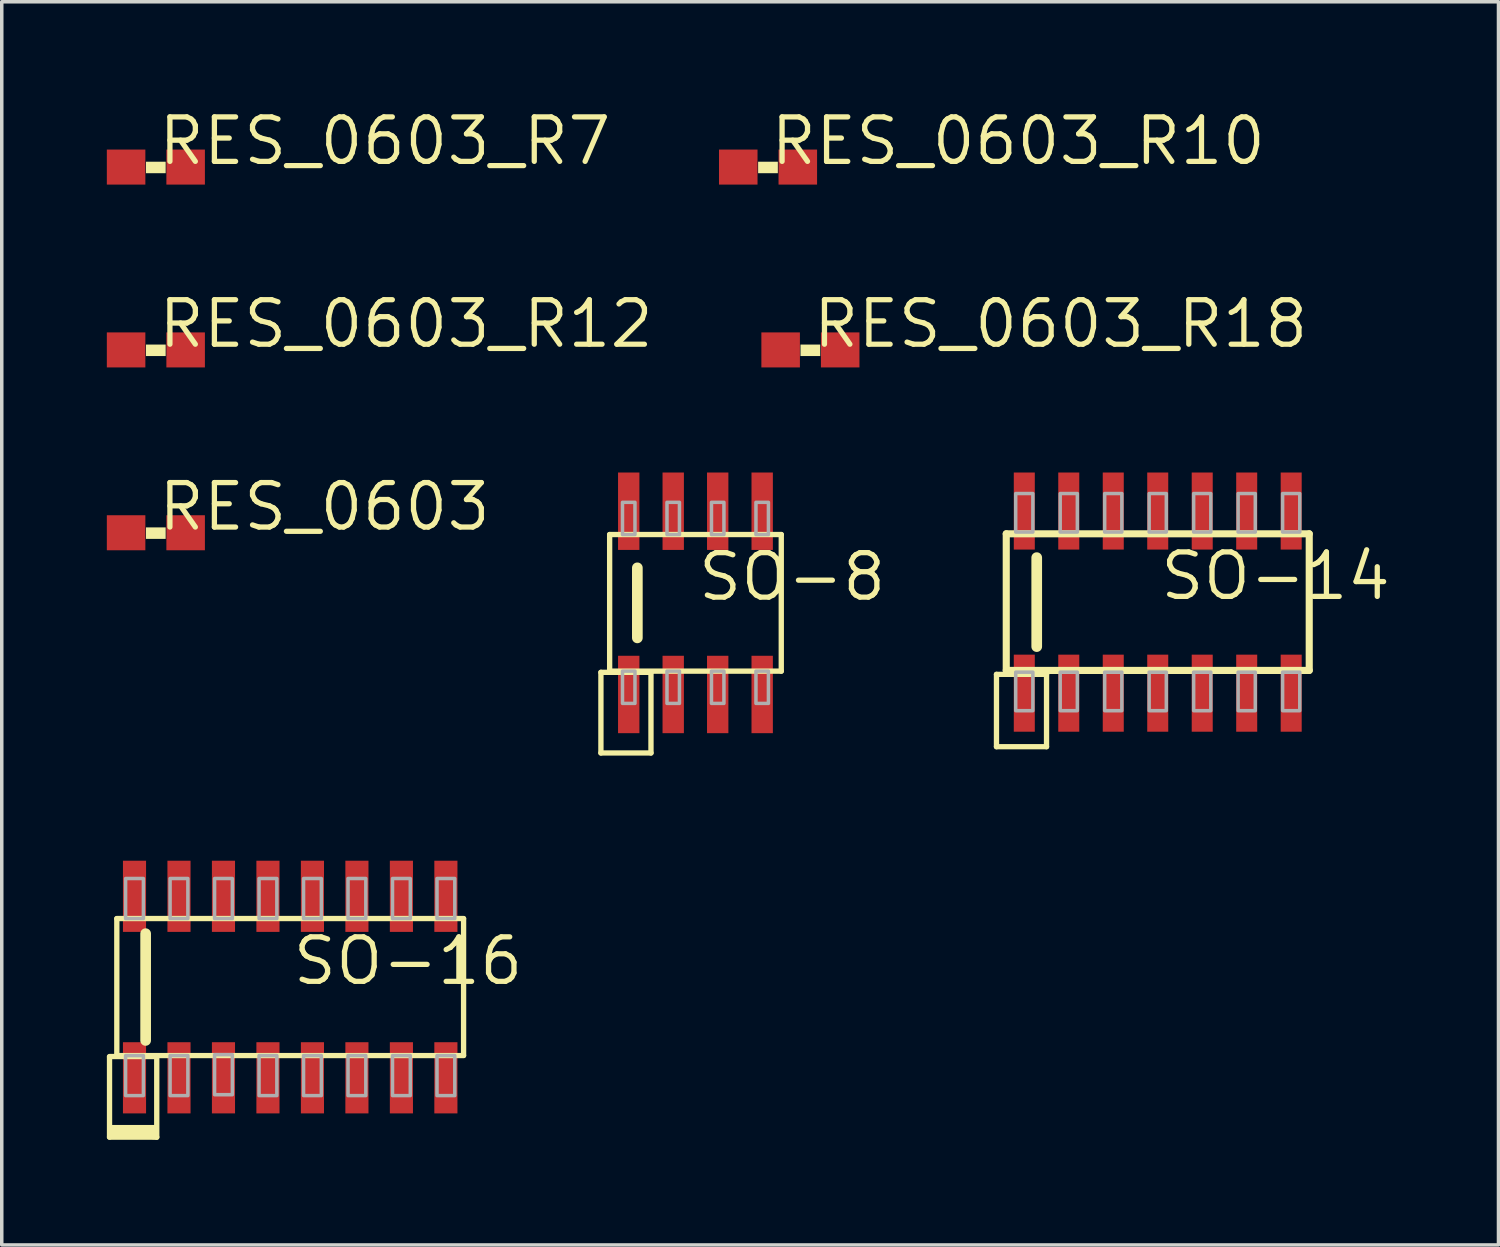
<source format=kicad_pcb>
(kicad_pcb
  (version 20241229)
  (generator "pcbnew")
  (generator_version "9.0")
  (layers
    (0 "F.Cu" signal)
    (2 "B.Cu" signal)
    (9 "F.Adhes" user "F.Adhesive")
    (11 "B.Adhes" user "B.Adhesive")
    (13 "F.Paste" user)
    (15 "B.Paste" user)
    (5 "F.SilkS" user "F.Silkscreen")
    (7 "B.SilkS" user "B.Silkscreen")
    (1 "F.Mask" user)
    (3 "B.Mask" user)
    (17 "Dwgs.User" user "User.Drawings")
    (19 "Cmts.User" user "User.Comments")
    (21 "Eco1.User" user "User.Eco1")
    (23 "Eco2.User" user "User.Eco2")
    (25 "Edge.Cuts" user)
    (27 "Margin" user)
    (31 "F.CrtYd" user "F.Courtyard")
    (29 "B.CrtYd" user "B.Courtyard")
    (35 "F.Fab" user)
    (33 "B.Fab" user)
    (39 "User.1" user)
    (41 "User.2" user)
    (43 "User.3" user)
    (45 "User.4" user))
  (footprint "RES_0603_R10"
    (layer "F.Cu")
    (at 18.877 1.72)
    (property "Reference" "RES_0603_R10" (at 0 0 0) (layer "F.SilkS") (effects (font (size 1.27 1.27) (thickness 0.15)) (justify left bottom)))
    (fp_poly (pts (xy -0.283 -0.153) (xy 0.28 -0.153) (xy 0.28 0.175) (xy -0.283 0.175)) (stroke (width 0) (type default)) (fill yes) (layer "F.SilkS"))
    (pad "1" smd rect (at -0.85 0 90) (size 1 1.1) (layers "F.Cu" "F.Mask" "F.Paste"))
    (pad "2" smd rect (at 0.85 0 90) (size 1 1.1) (layers "F.Cu" "F.Mask" "F.Paste")))
  (footprint "SO-16"
    (layer "F.Cu")
    (at 5.235 25.13)
    (property "Reference" "SO-16" (at 0 0 0) (layer "F.SilkS") (effects (font (size 1.27 1.27) (thickness 0.15)) (justify left bottom)))
    (fp_line (start -5.159 1.984) (end -3.89 1.984) (stroke (width 0.152) (type solid)) (layer "F.SilkS"))
    (fp_line (start -5.158 2) (end -5.158 4.284) (stroke (width 0.152) (type solid)) (layer "F.SilkS"))
    (fp_line (start -5.158 4.284) (end -3.81 4.286) (stroke (width 0.152) (type solid)) (layer "F.SilkS"))
    (fp_line (start -4.95 -1.95) (end -4.95 1.95) (stroke (width 0.152) (type solid)) (layer "F.SilkS"))
    (fp_line (start -4.95 1.956) (end 4.95 1.956) (stroke (width 0.152) (type solid)) (layer "F.SilkS"))
    (fp_line (start -4.127 -1.524) (end -4.127 1.524) (stroke (width 0.305) (type solid)) (layer "F.SilkS"))
    (fp_line (start -3.81 4.286) (end -3.81 1.984) (stroke (width 0.152) (type solid)) (layer "F.SilkS"))
    (fp_line (start 4.95 -1.956) (end -4.95 -1.956) (stroke (width 0.152) (type solid)) (layer "F.SilkS"))
    (fp_line (start 4.95 1.95) (end 4.95 -1.95) (stroke (width 0.152) (type solid)) (layer "F.SilkS"))
    (fp_poly (pts (xy -5.207 4.318) (xy -3.81 4.318) (xy -3.81 3.937) (xy -5.207 3.937)) (stroke (width 0) (type default)) (fill yes) (layer "F.SilkS"))
    (fp_poly (pts (xy -4.699 -1.956) (xy -4.191 -1.956) (xy -4.191 -3.099) (xy -4.699 -3.099)) (stroke (width 0.1) (type default)) (fill no) (layer "F.Fab"))
    (fp_poly (pts (xy -4.699 3.099) (xy -4.191 3.099) (xy -4.191 1.956) (xy -4.699 1.956)) (stroke (width 0.1) (type default)) (fill no) (layer "F.Fab"))
    (fp_poly (pts (xy -3.429 -1.956) (xy -2.921 -1.956) (xy -2.921 -3.099) (xy -3.429 -3.099)) (stroke (width 0.1) (type default)) (fill no) (layer "F.Fab"))
    (fp_poly (pts (xy -3.429 3.099) (xy -2.921 3.099) (xy -2.921 1.956) (xy -3.429 1.956)) (stroke (width 0.1) (type default)) (fill no) (layer "F.Fab"))
    (fp_poly (pts (xy -2.159 -1.956) (xy -1.651 -1.956) (xy -1.651 -3.099) (xy -2.159 -3.099)) (stroke (width 0.1) (type default)) (fill no) (layer "F.Fab"))
    (fp_poly (pts (xy -2.159 3.073) (xy -1.651 3.073) (xy -1.651 1.93) (xy -2.159 1.93)) (stroke (width 0.1) (type default)) (fill no) (layer "F.Fab"))
    (fp_poly (pts (xy -0.889 -1.956) (xy -0.381 -1.956) (xy -0.381 -3.099) (xy -0.889 -3.099)) (stroke (width 0.1) (type default)) (fill no) (layer "F.Fab"))
    (fp_poly (pts (xy -0.889 3.099) (xy -0.381 3.099) (xy -0.381 1.956) (xy -0.889 1.956)) (stroke (width 0.1) (type default)) (fill no) (layer "F.Fab"))
    (fp_poly (pts (xy 0.381 -1.956) (xy 0.889 -1.956) (xy 0.889 -3.099) (xy 0.381 -3.099)) (stroke (width 0.1) (type default)) (fill no) (layer "F.Fab"))
    (fp_poly (pts (xy 0.381 3.099) (xy 0.889 3.099) (xy 0.889 1.956) (xy 0.381 1.956)) (stroke (width 0.1) (type default)) (fill no) (layer "F.Fab"))
    (fp_poly (pts (xy 1.651 -1.956) (xy 2.159 -1.956) (xy 2.159 -3.099) (xy 1.651 -3.099)) (stroke (width 0.1) (type default)) (fill no) (layer "F.Fab"))
    (fp_poly (pts (xy 1.651 3.099) (xy 2.159 3.099) (xy 2.159 1.956) (xy 1.651 1.956)) (stroke (width 0.1) (type default)) (fill no) (layer "F.Fab"))
    (fp_poly (pts (xy 2.921 -1.956) (xy 3.429 -1.956) (xy 3.429 -3.099) (xy 2.921 -3.099)) (stroke (width 0.1) (type default)) (fill no) (layer "F.Fab"))
    (fp_poly (pts (xy 2.921 3.099) (xy 3.429 3.099) (xy 3.429 1.956) (xy 2.921 1.956)) (stroke (width 0.1) (type default)) (fill no) (layer "F.Fab"))
    (fp_poly (pts (xy 4.191 -1.956) (xy 4.699 -1.956) (xy 4.699 -3.099) (xy 4.191 -3.099)) (stroke (width 0.1) (type default)) (fill no) (layer "F.Fab"))
    (fp_poly (pts (xy 4.191 3.099) (xy 4.699 3.099) (xy 4.699 1.956) (xy 4.191 1.956)) (stroke (width 0.1) (type default)) (fill no) (layer "F.Fab"))
    (pad "1" smd rect (at -4.445 2.591) (size 0.66 2.032) (layers "F.Cu" "F.Mask" "F.Paste"))
    (pad "2" smd rect (at -3.175 2.591) (size 0.66 2.032) (layers "F.Cu" "F.Mask" "F.Paste"))
    (pad "3" smd rect (at -1.905 2.591) (size 0.66 2.032) (layers "F.Cu" "F.Mask" "F.Paste"))
    (pad "4" smd rect (at -0.635 2.591) (size 0.66 2.032) (layers "F.Cu" "F.Mask" "F.Paste"))
    (pad "5" smd rect (at 0.635 2.591) (size 0.66 2.032) (layers "F.Cu" "F.Mask" "F.Paste"))
    (pad "6" smd rect (at 1.905 2.591) (size 0.66 2.032) (layers "F.Cu" "F.Mask" "F.Paste"))
    (pad "7" smd rect (at 3.175 2.591) (size 0.66 2.032) (layers "F.Cu" "F.Mask" "F.Paste"))
    (pad "8" smd rect (at 4.445 2.591) (size 0.66 2.032) (layers "F.Cu" "F.Mask" "F.Paste"))
    (pad "9" smd rect (at 4.445 -2.591) (size 0.66 2.032) (layers "F.Cu" "F.Mask" "F.Paste"))
    (pad "10" smd rect (at 3.175 -2.591) (size 0.66 2.032) (layers "F.Cu" "F.Mask" "F.Paste"))
    (pad "11" smd rect (at 1.905 -2.591) (size 0.66 2.032) (layers "F.Cu" "F.Mask" "F.Paste"))
    (pad "12" smd rect (at 0.635 -2.591) (size 0.66 2.032) (layers "F.Cu" "F.Mask" "F.Paste"))
    (pad "13" smd rect (at -0.635 -2.591) (size 0.66 2.032) (layers "F.Cu" "F.Mask" "F.Paste"))
    (pad "14" smd rect (at -1.905 -2.591) (size 0.66 2.032) (layers "F.Cu" "F.Mask" "F.Paste"))
    (pad "15" smd rect (at -3.175 -2.591) (size 0.66 2.032) (layers "F.Cu" "F.Mask" "F.Paste"))
    (pad "16" smd rect (at -4.445 -2.591) (size 0.66 2.032) (layers "F.Cu" "F.Mask" "F.Paste")))
  (footprint "RES_0603_R7"
    (layer "F.Cu")
    (at 1.4 1.72)
    (property "Reference" "RES_0603_R7" (at 0 0 0) (layer "F.SilkS") (effects (font (size 1.27 1.27) (thickness 0.15)) (justify left bottom)))
    (fp_poly (pts (xy -0.283 -0.153) (xy 0.28 -0.153) (xy 0.28 0.175) (xy -0.283 0.175)) (stroke (width 0) (type default)) (fill yes) (layer "F.SilkS"))
    (pad "1" smd rect (at -0.85 0 90) (size 1 1.1) (layers "F.Cu" "F.Mask" "F.Paste"))
    (pad "2" smd rect (at 0.85 0 90) (size 1 1.1) (layers "F.Cu" "F.Mask" "F.Paste")))
  (footprint "SO-14"
    (layer "F.Cu")
    (at 30.003 14.14)
    (property "Reference" "SO-14" (at 0 0 0) (layer "F.SilkS") (effects (font (size 1.27 1.27) (thickness 0.15)) (justify left bottom)))
    (fp_line (start -4.604 2.063) (end -4.604 4.128) (stroke (width 0.152) (type solid)) (layer "F.SilkS"))
    (fp_line (start -4.604 2.063) (end -3.175 2.063) (stroke (width 0.152) (type solid)) (layer "F.SilkS"))
    (fp_line (start -4.604 4.128) (end -3.175 4.128) (stroke (width 0.152) (type solid)) (layer "F.SilkS"))
    (fp_line (start -4.325 -1.95) (end 4.325 -1.95) (stroke (width 0.203) (type solid)) (layer "F.SilkS"))
    (fp_line (start -4.325 1.95) (end -4.325 -1.95) (stroke (width 0.203) (type solid)) (layer "F.SilkS"))
    (fp_line (start -3.455 -1.27) (end -3.455 1.27) (stroke (width 0.305) (type solid)) (layer "F.SilkS"))
    (fp_line (start -3.175 4.128) (end -3.175 2.063) (stroke (width 0.152) (type solid)) (layer "F.SilkS"))
    (fp_line (start 4.325 -1.95) (end 4.325 1.95) (stroke (width 0.203) (type solid)) (layer "F.SilkS"))
    (fp_line (start 4.325 1.95) (end -4.325 1.95) (stroke (width 0.203) (type solid)) (layer "F.SilkS"))
    (fp_poly (pts (xy -4.055 -2) (xy -3.565 -2) (xy -3.565 -3.1) (xy -4.055 -3.1)) (stroke (width 0.1) (type default)) (fill no) (layer "F.Fab"))
    (fp_poly (pts (xy -4.055 3.1) (xy -3.565 3.1) (xy -3.565 2) (xy -4.055 2)) (stroke (width 0.1) (type default)) (fill no) (layer "F.Fab"))
    (fp_poly (pts (xy -2.785 -2) (xy -2.295 -2) (xy -2.295 -3.1) (xy -2.785 -3.1)) (stroke (width 0.1) (type default)) (fill no) (layer "F.Fab"))
    (fp_poly (pts (xy -2.785 3.1) (xy -2.295 3.1) (xy -2.295 2) (xy -2.785 2)) (stroke (width 0.1) (type default)) (fill no) (layer "F.Fab"))
    (fp_poly (pts (xy -1.515 -2) (xy -1.025 -2) (xy -1.025 -3.1) (xy -1.515 -3.1)) (stroke (width 0.1) (type default)) (fill no) (layer "F.Fab"))
    (fp_poly (pts (xy -1.515 3.1) (xy -1.025 3.1) (xy -1.025 2) (xy -1.515 2)) (stroke (width 0.1) (type default)) (fill no) (layer "F.Fab"))
    (fp_poly (pts (xy -0.245 -2) (xy 0.245 -2) (xy 0.245 -3.1) (xy -0.245 -3.1)) (stroke (width 0.1) (type default)) (fill no) (layer "F.Fab"))
    (fp_poly (pts (xy -0.245 3.1) (xy 0.245 3.1) (xy 0.245 2) (xy -0.245 2)) (stroke (width 0.1) (type default)) (fill no) (layer "F.Fab"))
    (fp_poly (pts (xy 1.025 -2) (xy 1.515 -2) (xy 1.515 -3.1) (xy 1.025 -3.1)) (stroke (width 0.1) (type default)) (fill no) (layer "F.Fab"))
    (fp_poly (pts (xy 1.025 3.1) (xy 1.515 3.1) (xy 1.515 2) (xy 1.025 2)) (stroke (width 0.1) (type default)) (fill no) (layer "F.Fab"))
    (fp_poly (pts (xy 2.295 -2) (xy 2.785 -2) (xy 2.785 -3.1) (xy 2.295 -3.1)) (stroke (width 0.1) (type default)) (fill no) (layer "F.Fab"))
    (fp_poly (pts (xy 2.295 3.1) (xy 2.785 3.1) (xy 2.785 2) (xy 2.295 2)) (stroke (width 0.1) (type default)) (fill no) (layer "F.Fab"))
    (fp_poly (pts (xy 3.565 -2) (xy 4.055 -2) (xy 4.055 -3.1) (xy 3.565 -3.1)) (stroke (width 0.1) (type default)) (fill no) (layer "F.Fab"))
    (fp_poly (pts (xy 3.565 3.1) (xy 4.055 3.1) (xy 4.055 2) (xy 3.565 2)) (stroke (width 0.1) (type default)) (fill no) (layer "F.Fab"))
    (pad "1" smd rect (at -3.81 2.6) (size 0.6 2.2) (layers "F.Cu" "F.Mask" "F.Paste"))
    (pad "2" smd rect (at -2.54 2.6) (size 0.6 2.2) (layers "F.Cu" "F.Mask" "F.Paste"))
    (pad "3" smd rect (at -1.27 2.6) (size 0.6 2.2) (layers "F.Cu" "F.Mask" "F.Paste"))
    (pad "4" smd rect (at 0 2.6) (size 0.6 2.2) (layers "F.Cu" "F.Mask" "F.Paste"))
    (pad "5" smd rect (at 1.27 2.6) (size 0.6 2.2) (layers "F.Cu" "F.Mask" "F.Paste"))
    (pad "6" smd rect (at 2.54 2.6) (size 0.6 2.2) (layers "F.Cu" "F.Mask" "F.Paste"))
    (pad "7" smd rect (at 3.81 2.6) (size 0.6 2.2) (layers "F.Cu" "F.Mask" "F.Paste"))
    (pad "8" smd rect (at 3.81 -2.6) (size 0.6 2.2) (layers "F.Cu" "F.Mask" "F.Paste"))
    (pad "9" smd rect (at 2.54 -2.6) (size 0.6 2.2) (layers "F.Cu" "F.Mask" "F.Paste"))
    (pad "10" smd rect (at 1.27 -2.6) (size 0.6 2.2) (layers "F.Cu" "F.Mask" "F.Paste"))
    (pad "11" smd rect (at 0 -2.6) (size 0.6 2.2) (layers "F.Cu" "F.Mask" "F.Paste"))
    (pad "12" smd rect (at -1.27 -2.6) (size 0.6 2.2) (layers "F.Cu" "F.Mask" "F.Paste"))
    (pad "13" smd rect (at -2.54 -2.6) (size 0.6 2.2) (layers "F.Cu" "F.Mask" "F.Paste"))
    (pad "14" smd rect (at -3.81 -2.6) (size 0.6 2.2) (layers "F.Cu" "F.Mask" "F.Paste")))
  (footprint "RES_0603_R18"
    (layer "F.Cu")
    (at 20.087 6.94)
    (property "Reference" "RES_0603_R18" (at 0 0 0) (layer "F.SilkS") (effects (font (size 1.27 1.27) (thickness 0.15)) (justify left bottom)))
    (fp_poly (pts (xy -0.283 -0.153) (xy 0.28 -0.153) (xy 0.28 0.175) (xy -0.283 0.175)) (stroke (width 0) (type default)) (fill yes) (layer "F.SilkS"))
    (pad "1" smd rect (at -0.85 0 90) (size 1 1.1) (layers "F.Cu" "F.Mask" "F.Paste"))
    (pad "2" smd rect (at 0.85 0 90) (size 1 1.1) (layers "F.Cu" "F.Mask" "F.Paste")))
  (footprint "SO-8"
    (layer "F.Cu")
    (at 16.805 14.161)
    (property "Reference" "SO-8" (at 0 0 0) (layer "F.SilkS") (effects (font (size 1.27 1.27) (thickness 0.15)) (justify left bottom)))
    (fp_line (start -2.699 1.984) (end -2.699 4.286) (stroke (width 0.152) (type solid)) (layer "F.SilkS"))
    (fp_line (start -2.699 1.984) (end -1.27 1.984) (stroke (width 0.152) (type solid)) (layer "F.SilkS"))
    (fp_line (start -2.699 4.286) (end -1.27 4.286) (stroke (width 0.152) (type solid)) (layer "F.SilkS"))
    (fp_line (start -2.45 -1.95) (end -2.45 1.95) (stroke (width 0.152) (type solid)) (layer "F.SilkS"))
    (fp_line (start -2.45 1.95) (end 2.45 1.95) (stroke (width 0.152) (type solid)) (layer "F.SilkS"))
    (fp_line (start -1.659 -1) (end -1.659 1) (stroke (width 0.305) (type solid)) (layer "F.SilkS"))
    (fp_line (start -1.27 4.286) (end -1.27 1.984) (stroke (width 0.152) (type solid)) (layer "F.SilkS"))
    (fp_line (start 2.45 -1.95) (end -2.45 -1.95) (stroke (width 0.152) (type solid)) (layer "F.SilkS"))
    (fp_line (start 2.45 1.95) (end 2.45 -1.95) (stroke (width 0.152) (type solid)) (layer "F.SilkS"))
    (fp_poly (pts (xy -2.083 -1.95) (xy -1.727 -1.95) (xy -1.727 -2.87) (xy -2.083 -2.87)) (stroke (width 0.1) (type default)) (fill no) (layer "F.Fab"))
    (fp_poly (pts (xy -2.083 2.871) (xy -1.727 2.871) (xy -1.727 1.95) (xy -2.083 1.95)) (stroke (width 0.1) (type default)) (fill no) (layer "F.Fab"))
    (fp_poly (pts (xy -0.813 -1.95) (xy -0.457 -1.95) (xy -0.457 -2.87) (xy -0.813 -2.87)) (stroke (width 0.1) (type default)) (fill no) (layer "F.Fab"))
    (fp_poly (pts (xy -0.813 2.871) (xy -0.457 2.871) (xy -0.457 1.95) (xy -0.813 1.95)) (stroke (width 0.1) (type default)) (fill no) (layer "F.Fab"))
    (fp_poly (pts (xy 0.457 -1.95) (xy 0.813 -1.95) (xy 0.813 -2.87) (xy 0.457 -2.87)) (stroke (width 0.1) (type default)) (fill no) (layer "F.Fab"))
    (fp_poly (pts (xy 0.457 2.871) (xy 0.813 2.871) (xy 0.813 1.95) (xy 0.457 1.95)) (stroke (width 0.1) (type default)) (fill no) (layer "F.Fab"))
    (fp_poly (pts (xy 1.727 -1.95) (xy 2.083 -1.95) (xy 2.083 -2.87) (xy 1.727 -2.87)) (stroke (width 0.1) (type default)) (fill no) (layer "F.Fab"))
    (fp_poly (pts (xy 1.727 2.871) (xy 2.083 2.871) (xy 2.083 1.95) (xy 1.727 1.95)) (stroke (width 0.1) (type default)) (fill no) (layer "F.Fab"))
    (pad "1" smd rect (at -1.905 2.616) (size 0.61 2.21) (layers "F.Cu" "F.Mask" "F.Paste"))
    (pad "2" smd rect (at -0.635 2.616) (size 0.61 2.21) (layers "F.Cu" "F.Mask" "F.Paste"))
    (pad "3" smd rect (at 0.635 2.616) (size 0.61 2.21) (layers "F.Cu" "F.Mask" "F.Paste"))
    (pad "4" smd rect (at 1.905 2.616) (size 0.61 2.21) (layers "F.Cu" "F.Mask" "F.Paste"))
    (pad "5" smd rect (at 1.905 -2.616) (size 0.61 2.21) (layers "F.Cu" "F.Mask" "F.Paste"))
    (pad "6" smd rect (at 0.635 -2.616) (size 0.61 2.21) (layers "F.Cu" "F.Mask" "F.Paste"))
    (pad "7" smd rect (at -0.635 -2.616) (size 0.61 2.21) (layers "F.Cu" "F.Mask" "F.Paste"))
    (pad "8" smd rect (at -1.905 -2.616) (size 0.61 2.21) (layers "F.Cu" "F.Mask" "F.Paste")))
  (footprint "RES_0603"
    (layer "F.Cu")
    (at 1.4 12.16)
    (property "Reference" "RES_0603" (at 0 0 0) (layer "F.SilkS") (effects (font (size 1.27 1.27) (thickness 0.15)) (justify left bottom)))
    (fp_poly (pts (xy -0.283 -0.153) (xy 0.28 -0.153) (xy 0.28 0.175) (xy -0.283 0.175)) (stroke (width 0) (type default)) (fill yes) (layer "F.SilkS"))
    (pad "1" smd rect (at -0.85 0 90) (size 1 1.1) (layers "F.Cu" "F.Mask" "F.Paste"))
    (pad "2" smd rect (at 0.85 0 90) (size 1 1.1) (layers "F.Cu" "F.Mask" "F.Paste")))
  (footprint "RES_0603_R12"
    (layer "F.Cu")
    (at 1.4 6.94)
    (property "Reference" "RES_0603_R12" (at 0 0 0) (layer "F.SilkS") (effects (font (size 1.27 1.27) (thickness 0.15)) (justify left bottom)))
    (fp_poly (pts (xy -0.283 -0.153) (xy 0.28 -0.153) (xy 0.28 0.175) (xy -0.283 0.175)) (stroke (width 0) (type default)) (fill yes) (layer "F.SilkS"))
    (pad "1" smd rect (at -0.85 0 90) (size 1 1.1) (layers "F.Cu" "F.Mask" "F.Paste"))
    (pad "2" smd rect (at 0.85 0 90) (size 1 1.1) (layers "F.Cu" "F.Mask" "F.Paste")))
  (gr_rect
    (start -3 -3)
    (end 39.731 32.492)
    (stroke (width 0.1) (type default))
    (fill no)
    (layer "Edge.Cuts")))
</source>
